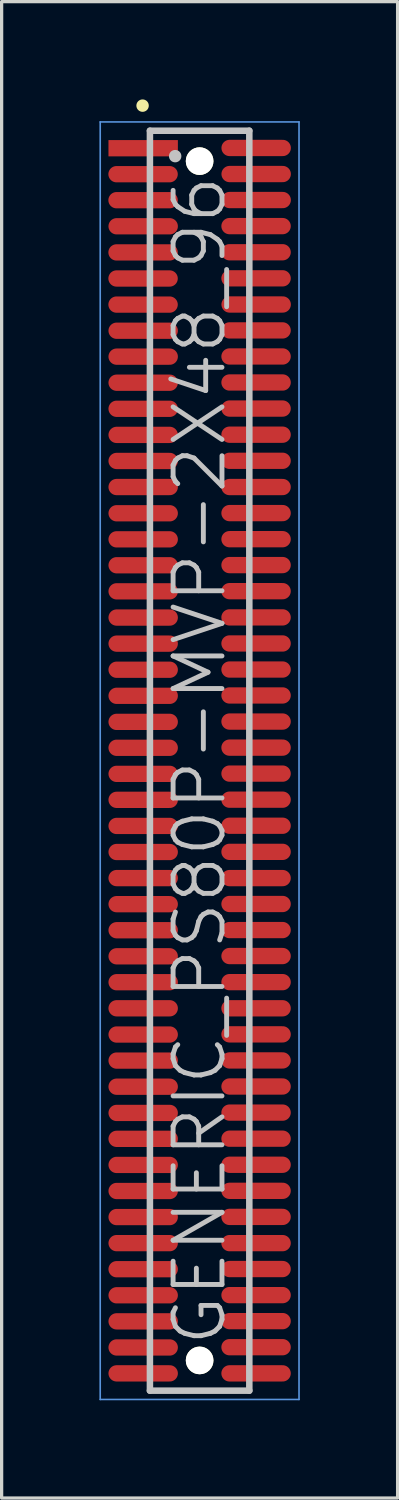
<source format=kicad_pcb>
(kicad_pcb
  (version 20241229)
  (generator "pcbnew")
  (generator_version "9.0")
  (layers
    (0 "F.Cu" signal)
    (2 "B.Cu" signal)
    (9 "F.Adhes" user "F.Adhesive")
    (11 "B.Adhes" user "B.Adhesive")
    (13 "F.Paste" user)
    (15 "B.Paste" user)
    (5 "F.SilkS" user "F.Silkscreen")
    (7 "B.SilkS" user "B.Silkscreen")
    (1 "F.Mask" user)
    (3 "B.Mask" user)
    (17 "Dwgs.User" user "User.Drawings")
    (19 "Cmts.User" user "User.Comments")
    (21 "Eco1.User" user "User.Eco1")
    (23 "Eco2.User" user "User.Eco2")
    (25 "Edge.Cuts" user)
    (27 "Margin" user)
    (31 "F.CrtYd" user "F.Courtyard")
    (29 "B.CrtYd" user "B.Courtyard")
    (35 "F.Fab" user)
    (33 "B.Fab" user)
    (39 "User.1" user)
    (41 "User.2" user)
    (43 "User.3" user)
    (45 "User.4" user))
  (footprint "GENERIC_PS80P-MVP-2X48_96"
    (layer "F.Cu")
    (at 3.075 20.291)
    (property "Reference" "GENERIC_PS80P-MVP-2X48_96" (at 0 0 90) (layer "Dwgs.User") (effects (font (size 1.5 1.5) (thickness 0.15))))
    (attr smd)
    (fp_line (start -1.75 -20.1) (end -1.75 -20.1) (stroke (width 0.381) (type solid)) (layer "F.SilkS"))
    (fp_line (start -1.525 -19.33) (end -1.525 19.33) (stroke (width 0.2) (type solid)) (layer "Dwgs.User"))
    (fp_line (start -1.525 -19.33) (end 1.525 -19.33) (stroke (width 0.2) (type solid)) (layer "Dwgs.User"))
    (fp_line (start -1.525 19.33) (end 1.525 19.33) (stroke (width 0.2) (type solid)) (layer "Dwgs.User"))
    (fp_line (start -0.75 -18.55) (end -0.75 -18.55) (stroke (width 0.381) (type solid)) (layer "Dwgs.User"))
    (fp_line (start 1.525 -19.33) (end 1.525 19.33) (stroke (width 0.2) (type solid)) (layer "Dwgs.User"))
    (fp_line (start -3.05 -19.6) (end -3.05 19.6) (stroke (width 0.05) (type solid)) (layer "Cmts.User"))
    (fp_line (start -3.05 -19.6) (end 3.05 -19.6) (stroke (width 0.05) (type solid)) (layer "Cmts.User"))
    (fp_line (start -3.05 19.6) (end 3.05 19.6) (stroke (width 0.05) (type solid)) (layer "Cmts.User"))
    (fp_line (start 3.05 -19.6) (end 3.05 19.6) (stroke (width 0.05) (type solid)) (layer "Cmts.User"))
    (pad "" np_thru_hole circle (at 0 -18.397 270) (size 0.848 0.848) (drill 0.848) (layers "*.Cu" "*.Mask" "F.SilkS"))
    (pad "" np_thru_hole circle (at 0 18.402 270) (size 0.848 0.848) (drill 0.848) (layers "*.Cu" "*.Mask" "F.SilkS"))
    (pad "1" smd rect (at -1.732 -18.793 270) (size 0.5 2.13) (layers "F.Cu" "F.Mask" "F.Paste"))
    (pad "2" smd oval (at 1.735 -18.801 270) (size 0.5 2.13) (layers "F.Cu" "F.Mask" "F.Paste"))
    (pad "3" smd oval (at -1.735 -17.996 270) (size 0.5 2.13) (layers "F.Cu" "F.Mask" "F.Paste"))
    (pad "4" smd oval (at 1.735 -18.001 270) (size 0.5 2.13) (layers "F.Cu" "F.Mask" "F.Paste"))
    (pad "5" smd oval (at -1.735 -17.198 270) (size 0.5 2.13) (layers "F.Cu" "F.Mask" "F.Paste"))
    (pad "6" smd oval (at 1.735 -17.203 270) (size 0.5 2.13) (layers "F.Cu" "F.Mask" "F.Paste"))
    (pad "7" smd oval (at -1.732 -16.398 270) (size 0.5 2.13) (layers "F.Cu" "F.Mask" "F.Paste"))
    (pad "8" smd oval (at 1.732 -16.403 270) (size 0.5 2.13) (layers "F.Cu" "F.Mask" "F.Paste"))
    (pad "9" smd oval (at -1.735 -15.596 270) (size 0.5 2.13) (layers "F.Cu" "F.Mask" "F.Paste"))
    (pad "10" smd oval (at 1.732 -15.601 270) (size 0.5 2.13) (layers "F.Cu" "F.Mask" "F.Paste"))
    (pad "11" smd oval (at -1.735 -14.796 270) (size 0.5 2.13) (layers "F.Cu" "F.Mask" "F.Paste"))
    (pad "12" smd oval (at 1.732 -14.801 270) (size 0.5 2.13) (layers "F.Cu" "F.Mask" "F.Paste"))
    (pad "13" smd oval (at -1.735 -13.995 270) (size 0.5 2.13) (layers "F.Cu" "F.Mask" "F.Paste"))
    (pad "14" smd oval (at 1.735 -13.998 270) (size 0.5 2.13) (layers "F.Cu" "F.Mask" "F.Paste"))
    (pad "15" smd oval (at -1.732 -13.193 270) (size 0.5 2.13) (layers "F.Cu" "F.Mask" "F.Paste"))
    (pad "16" smd oval (at 1.732 -13.203 270) (size 0.5 2.13) (layers "F.Cu" "F.Mask" "F.Paste"))
    (pad "17" smd oval (at -1.732 -12.398 270) (size 0.5 2.13) (layers "F.Cu" "F.Mask" "F.Paste"))
    (pad "18" smd oval (at 1.732 -12.403 270) (size 0.5 2.13) (layers "F.Cu" "F.Mask" "F.Paste"))
    (pad "19" smd oval (at -1.732 -11.598 270) (size 0.5 2.13) (layers "F.Cu" "F.Mask" "F.Paste"))
    (pad "20" smd oval (at 1.732 -11.605 270) (size 0.5 2.13) (layers "F.Cu" "F.Mask" "F.Paste"))
    (pad "21" smd oval (at -1.732 -10.798 270) (size 0.5 2.13) (layers "F.Cu" "F.Mask" "F.Paste"))
    (pad "22" smd oval (at 1.732 -10.805 270) (size 0.5 2.13) (layers "F.Cu" "F.Mask" "F.Paste"))
    (pad "23" smd oval (at -1.732 -9.997 270) (size 0.5 2.13) (layers "F.Cu" "F.Mask" "F.Paste"))
    (pad "24" smd oval (at 1.732 -10.003 270) (size 0.5 2.13) (layers "F.Cu" "F.Mask" "F.Paste"))
    (pad "25" smd oval (at -1.732 -9.197 270) (size 0.5 2.13) (layers "F.Cu" "F.Mask" "F.Paste"))
    (pad "26" smd oval (at 1.732 -9.202 270) (size 0.5 2.13) (layers "F.Cu" "F.Mask" "F.Paste"))
    (pad "27" smd oval (at -1.732 -8.397 270) (size 0.5 2.13) (layers "F.Cu" "F.Mask" "F.Paste"))
    (pad "28" smd oval (at 1.732 -8.397 270) (size 0.5 2.13) (layers "F.Cu" "F.Mask" "F.Paste"))
    (pad "29" smd oval (at -1.732 -7.592 270) (size 0.5 2.13) (layers "F.Cu" "F.Mask" "F.Paste"))
    (pad "30" smd oval (at 1.732 -7.597 270) (size 0.5 2.13) (layers "F.Cu" "F.Mask" "F.Paste"))
    (pad "31" smd oval (at -1.732 -6.792 270) (size 0.5 2.13) (layers "F.Cu" "F.Mask" "F.Paste"))
    (pad "32" smd oval (at 1.732 -6.797 270) (size 0.5 2.13) (layers "F.Cu" "F.Mask" "F.Paste"))
    (pad "33" smd oval (at -1.732 -5.997 270) (size 0.5 2.13) (layers "F.Cu" "F.Mask" "F.Paste"))
    (pad "34" smd oval (at 1.732 -6.002 270) (size 0.5 2.13) (layers "F.Cu" "F.Mask" "F.Paste"))
    (pad "35" smd oval (at -1.732 -5.197 270) (size 0.5 2.13) (layers "F.Cu" "F.Mask" "F.Paste"))
    (pad "36" smd oval (at 1.732 -5.202 270) (size 0.5 2.13) (layers "F.Cu" "F.Mask" "F.Paste"))
    (pad "37" smd oval (at -1.732 -4.392 270) (size 0.5 2.13) (layers "F.Cu" "F.Mask" "F.Paste"))
    (pad "38" smd oval (at 1.732 -4.397 270) (size 0.5 2.13) (layers "F.Cu" "F.Mask" "F.Paste"))
    (pad "39" smd oval (at -1.732 -3.592 270) (size 0.5 2.13) (layers "F.Cu" "F.Mask" "F.Paste"))
    (pad "40" smd oval (at 1.732 -3.597 270) (size 0.5 2.13) (layers "F.Cu" "F.Mask" "F.Paste"))
    (pad "41" smd oval (at -1.732 -2.791 270) (size 0.5 2.13) (layers "F.Cu" "F.Mask" "F.Paste"))
    (pad "42" smd oval (at 1.732 -2.797 270) (size 0.5 2.13) (layers "F.Cu" "F.Mask" "F.Paste"))
    (pad "43" smd oval (at -1.732 -1.991 270) (size 0.5 2.13) (layers "F.Cu" "F.Mask" "F.Paste"))
    (pad "44" smd oval (at 1.732 -2.002 270) (size 0.5 2.13) (layers "F.Cu" "F.Mask" "F.Paste"))
    (pad "45" smd oval (at -1.732 -1.191 270) (size 0.5 2.13) (layers "F.Cu" "F.Mask" "F.Paste"))
    (pad "46" smd oval (at 1.732 -1.201 270) (size 0.5 2.13) (layers "F.Cu" "F.Mask" "F.Paste"))
    (pad "47" smd oval (at -1.732 -0.396 270) (size 0.5 2.13) (layers "F.Cu" "F.Mask" "F.Paste"))
    (pad "48" smd oval (at 1.732 -0.401 270) (size 0.5 2.13) (layers "F.Cu" "F.Mask" "F.Paste"))
    (pad "49" smd oval (at -1.732 0.404 270) (size 0.5 2.13) (layers "F.Cu" "F.Mask" "F.Paste"))
    (pad "50" smd oval (at 1.732 0.396 270) (size 0.5 2.13) (layers "F.Cu" "F.Mask" "F.Paste"))
    (pad "51" smd oval (at -1.732 1.201 270) (size 0.5 2.13) (layers "F.Cu" "F.Mask" "F.Paste"))
    (pad "52" smd oval (at 1.732 1.196 270) (size 0.5 2.13) (layers "F.Cu" "F.Mask" "F.Paste"))
    (pad "53" smd oval (at -1.732 2.002 270) (size 0.5 2.13) (layers "F.Cu" "F.Mask" "F.Paste"))
    (pad "54" smd oval (at 1.732 1.996 270) (size 0.5 2.13) (layers "F.Cu" "F.Mask" "F.Paste"))
    (pad "55" smd oval (at -1.732 2.802 270) (size 0.5 2.13) (layers "F.Cu" "F.Mask" "F.Paste"))
    (pad "56" smd oval (at 1.732 2.797 270) (size 0.5 2.13) (layers "F.Cu" "F.Mask" "F.Paste"))
    (pad "57" smd oval (at -1.732 3.602 270) (size 0.5 2.13) (layers "F.Cu" "F.Mask" "F.Paste"))
    (pad "58" smd oval (at 1.732 3.602 270) (size 0.5 2.13) (layers "F.Cu" "F.Mask" "F.Paste"))
    (pad "59" smd oval (at -1.732 4.402 270) (size 0.5 2.13) (layers "F.Cu" "F.Mask" "F.Paste"))
    (pad "60" smd oval (at 1.732 4.397 270) (size 0.5 2.13) (layers "F.Cu" "F.Mask" "F.Paste"))
    (pad "61" smd oval (at -1.732 5.202 270) (size 0.5 2.13) (layers "F.Cu" "F.Mask" "F.Paste"))
    (pad "62" smd oval (at 1.732 5.197 270) (size 0.5 2.13) (layers "F.Cu" "F.Mask" "F.Paste"))
    (pad "63" smd oval (at -1.732 6.002 270) (size 0.5 2.13) (layers "F.Cu" "F.Mask" "F.Paste"))
    (pad "64" smd oval (at 1.732 5.994 270) (size 0.5 2.13) (layers "F.Cu" "F.Mask" "F.Paste"))
    (pad "65" smd oval (at -1.732 6.797 270) (size 0.5 2.13) (layers "F.Cu" "F.Mask" "F.Paste"))
    (pad "66" smd oval (at 1.732 6.795 270) (size 0.5 2.13) (layers "F.Cu" "F.Mask" "F.Paste"))
    (pad "67" smd oval (at -1.732 7.597 270) (size 0.5 2.13) (layers "F.Cu" "F.Mask" "F.Paste"))
    (pad "68" smd oval (at 1.732 7.597 270) (size 0.5 2.13) (layers "F.Cu" "F.Mask" "F.Paste"))
    (pad "69" smd oval (at -1.732 8.402 270) (size 0.5 2.13) (layers "F.Cu" "F.Mask" "F.Paste"))
    (pad "70" smd oval (at 1.732 8.397 270) (size 0.5 2.13) (layers "F.Cu" "F.Mask" "F.Paste"))
    (pad "71" smd oval (at -1.732 9.202 270) (size 0.5 2.13) (layers "F.Cu" "F.Mask" "F.Paste"))
    (pad "72" smd oval (at 1.732 9.197 270) (size 0.5 2.13) (layers "F.Cu" "F.Mask" "F.Paste"))
    (pad "73" smd oval (at -1.732 10.003 270) (size 0.5 2.13) (layers "F.Cu" "F.Mask" "F.Paste"))
    (pad "74" smd oval (at 1.732 9.997 270) (size 0.5 2.13) (layers "F.Cu" "F.Mask" "F.Paste"))
    (pad "75" smd oval (at -1.732 10.808 270) (size 0.5 2.13) (layers "F.Cu" "F.Mask" "F.Paste"))
    (pad "76" smd oval (at 1.732 10.798 270) (size 0.5 2.13) (layers "F.Cu" "F.Mask" "F.Paste"))
    (pad "77" smd oval (at -1.732 11.603 270) (size 0.5 2.13) (layers "F.Cu" "F.Mask" "F.Paste"))
    (pad "78" smd oval (at 1.732 11.598 270) (size 0.5 2.13) (layers "F.Cu" "F.Mask" "F.Paste"))
    (pad "79" smd oval (at -1.732 12.403 270) (size 0.5 2.13) (layers "F.Cu" "F.Mask" "F.Paste"))
    (pad "80" smd oval (at 1.732 12.398 270) (size 0.5 2.13) (layers "F.Cu" "F.Mask" "F.Paste"))
    (pad "81" smd oval (at -1.732 13.203 270) (size 0.5 2.13) (layers "F.Cu" "F.Mask" "F.Paste"))
    (pad "82" smd oval (at 1.732 13.198 270) (size 0.5 2.13) (layers "F.Cu" "F.Mask" "F.Paste"))
    (pad "83" smd oval (at -1.732 14.003 270) (size 0.5 2.13) (layers "F.Cu" "F.Mask" "F.Paste"))
    (pad "84" smd oval (at 1.732 13.998 270) (size 0.5 2.13) (layers "F.Cu" "F.Mask" "F.Paste"))
    (pad "85" smd oval (at -1.732 14.803 270) (size 0.5 2.13) (layers "F.Cu" "F.Mask" "F.Paste"))
    (pad "86" smd oval (at 1.732 14.803 270) (size 0.5 2.13) (layers "F.Cu" "F.Mask" "F.Paste"))
    (pad "87" smd oval (at -1.732 15.603 270) (size 0.5 2.13) (layers "F.Cu" "F.Mask" "F.Paste"))
    (pad "88" smd oval (at 1.732 15.598 270) (size 0.5 2.13) (layers "F.Cu" "F.Mask" "F.Paste"))
    (pad "89" smd oval (at -1.732 16.403 270) (size 0.5 2.13) (layers "F.Cu" "F.Mask" "F.Paste"))
    (pad "90" smd oval (at 1.732 16.398 270) (size 0.5 2.13) (layers "F.Cu" "F.Mask" "F.Paste"))
    (pad "91" smd oval (at -1.732 17.203 270) (size 0.5 2.13) (layers "F.Cu" "F.Mask" "F.Paste"))
    (pad "92" smd oval (at 1.732 17.196 270) (size 0.5 2.13) (layers "F.Cu" "F.Mask" "F.Paste"))
    (pad "93" smd oval (at -1.732 18.004 270) (size 0.5 2.13) (layers "F.Cu" "F.Mask" "F.Paste"))
    (pad "94" smd oval (at 1.732 17.996 270) (size 0.5 2.13) (layers "F.Cu" "F.Mask" "F.Paste"))
    (pad "95" smd oval (at -1.732 18.799 270) (size 0.5 2.13) (layers "F.Cu" "F.Mask" "F.Paste"))
    (pad "96" smd oval (at 1.732 18.799 270) (size 0.5 2.13) (layers "F.Cu" "F.Mask" "F.Paste")))
  (gr_rect
    (start -3 -3)
    (end 9.15 42.916)
    (stroke (width 0.1) (type default))
    (fill no)
    (layer "Edge.Cuts")))
</source>
